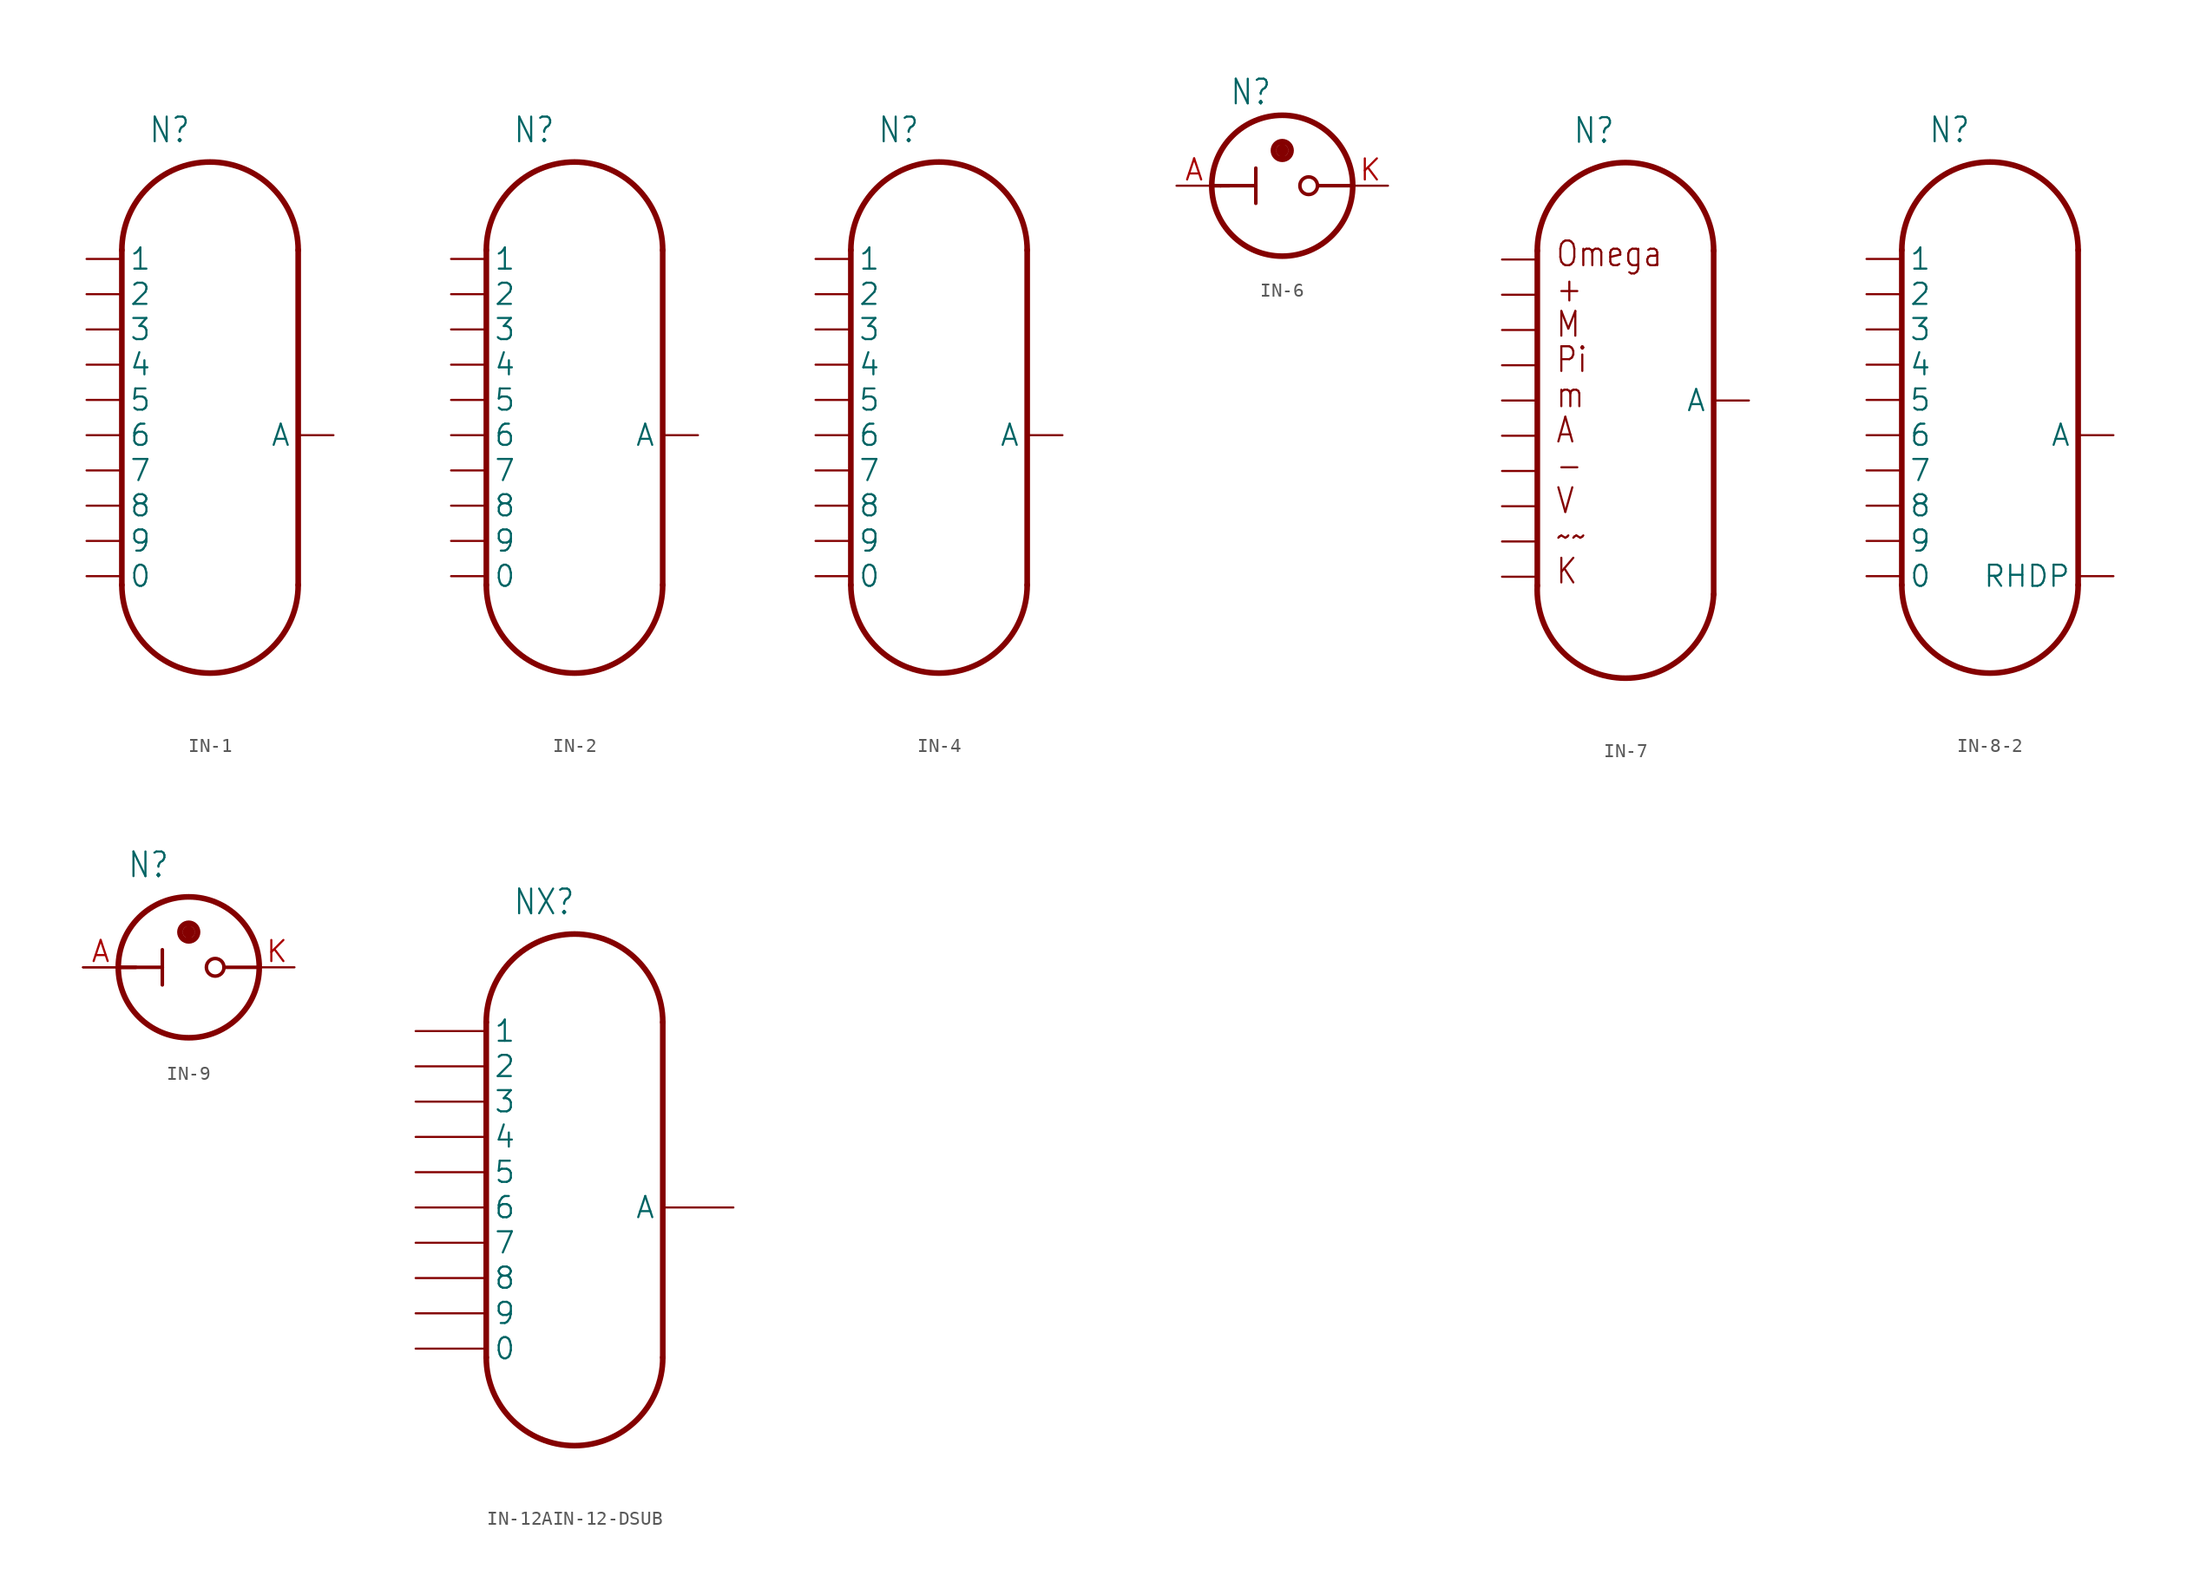
<source format=kicad_sym>
(kicad_symbol_lib
  (version 20241209)
  (generator "kicad_symbol_editor")
  (generator_version "9.0")
  (symbol "IN-1"
    (property "Reference" "N"
      (at -5.715 20.955 0)
      (effects (font (size 1.778 1.511)) (justify left bottom)))
    (property "ki_locked" ""
      (at 0 0 0)
      (effects (font (size 1.27 1.27))))
    (symbol "IN-1_1_0"
      (polyline (pts (xy -7.62 -10.795) (xy -7.62 13.335)) (stroke (width 0.406) (type solid)) (fill (type none)))
      (arc (start -7.62 13.335) (mid -1.27 19.685) (end 5.08 13.335) (stroke (width 0.4064) (type solid)) (fill (type none)))
      (arc (start 5.08 -10.795) (mid -1.27 -17.145) (end -7.62 -10.795) (stroke (width 0.4064) (type solid)) (fill (type none)))
      (polyline (pts (xy 5.08 -10.795) (xy 5.08 13.335)) (stroke (width 0.406) (type solid)) (fill (type none)))
      (pin bidirectional line (at -10.16 12.7 0) (length 2.54) (name "1" (effects (font (size 1.524 1.524)))) (number "1" (effects (font (size 0 0)))))
      (pin bidirectional line (at -10.16 10.16 0) (length 2.54) (name "2" (effects (font (size 1.524 1.524)))) (number "2" (effects (font (size 0 0)))))
      (pin bidirectional line (at -10.16 7.62 0) (length 2.54) (name "3" (effects (font (size 1.524 1.524)))) (number "3" (effects (font (size 0 0)))))
      (pin bidirectional line (at -10.16 5.08 0) (length 2.54) (name "4" (effects (font (size 1.524 1.524)))) (number "4" (effects (font (size 0 0)))))
      (pin bidirectional line (at -10.16 2.54 0) (length 2.54) (name "5" (effects (font (size 1.524 1.524)))) (number "5" (effects (font (size 0 0)))))
      (pin bidirectional line (at -10.16 0 0) (length 2.54) (name "6" (effects (font (size 1.524 1.524)))) (number "6" (effects (font (size 0 0)))))
      (pin bidirectional line (at -10.16 -2.54 0) (length 2.54) (name "7" (effects (font (size 1.524 1.524)))) (number "7" (effects (font (size 0 0)))))
      (pin bidirectional line (at -10.16 -5.08 0) (length 2.54) (name "8" (effects (font (size 1.524 1.524)))) (number "8" (effects (font (size 0 0)))))
      (pin bidirectional line (at -10.16 -7.62 0) (length 2.54) (name "9" (effects (font (size 1.524 1.524)))) (number "9" (effects (font (size 0 0)))))
      (pin bidirectional line (at -10.16 -10.16 0) (length 2.54) (name "0" (effects (font (size 1.524 1.524)))) (number "0" (effects (font (size 0 0)))))
      (pin bidirectional line (at 7.62 0 180) (length 2.54) (name "A" (effects (font (size 1.524 1.524)))) (number "A" (effects (font (size 0 0)))))))
  (symbol "IN-2"
    (property "Reference" "N"
      (at -5.715 20.955 0)
      (effects (font (size 1.778 1.511)) (justify left bottom)))
    (property "ki_locked" ""
      (at 0 0 0)
      (effects (font (size 1.27 1.27))))
    (symbol "IN-2_1_0"
      (polyline (pts (xy -7.62 -10.795) (xy -7.62 13.335)) (stroke (width 0.406) (type solid)) (fill (type none)))
      (arc (start -7.62 13.335) (mid -1.27 19.685) (end 5.08 13.335) (stroke (width 0.4064) (type solid)) (fill (type none)))
      (arc (start 5.08 -10.795) (mid -1.27 -17.145) (end -7.62 -10.795) (stroke (width 0.4064) (type solid)) (fill (type none)))
      (polyline (pts (xy 5.08 -10.795) (xy 5.08 13.335)) (stroke (width 0.406) (type solid)) (fill (type none)))
      (pin bidirectional line (at -10.16 12.7 0) (length 2.54) (name "1" (effects (font (size 1.524 1.524)))) (number "1" (effects (font (size 0 0)))))
      (pin bidirectional line (at -10.16 10.16 0) (length 2.54) (name "2" (effects (font (size 1.524 1.524)))) (number "2" (effects (font (size 0 0)))))
      (pin bidirectional line (at -10.16 7.62 0) (length 2.54) (name "3" (effects (font (size 1.524 1.524)))) (number "3" (effects (font (size 0 0)))))
      (pin bidirectional line (at -10.16 5.08 0) (length 2.54) (name "4" (effects (font (size 1.524 1.524)))) (number "4" (effects (font (size 0 0)))))
      (pin bidirectional line (at -10.16 2.54 0) (length 2.54) (name "5" (effects (font (size 1.524 1.524)))) (number "5" (effects (font (size 0 0)))))
      (pin bidirectional line (at -10.16 0 0) (length 2.54) (name "6" (effects (font (size 1.524 1.524)))) (number "6" (effects (font (size 0 0)))))
      (pin bidirectional line (at -10.16 -2.54 0) (length 2.54) (name "7" (effects (font (size 1.524 1.524)))) (number "7" (effects (font (size 0 0)))))
      (pin bidirectional line (at -10.16 -5.08 0) (length 2.54) (name "8" (effects (font (size 1.524 1.524)))) (number "8" (effects (font (size 0 0)))))
      (pin bidirectional line (at -10.16 -7.62 0) (length 2.54) (name "9" (effects (font (size 1.524 1.524)))) (number "9" (effects (font (size 0 0)))))
      (pin bidirectional line (at -10.16 -10.16 0) (length 2.54) (name "0" (effects (font (size 1.524 1.524)))) (number "0" (effects (font (size 0 0)))))
      (pin bidirectional line (at 7.62 0 180) (length 2.54) (name "A" (effects (font (size 1.524 1.524)))) (number "A" (effects (font (size 0 0)))))))
  (symbol "IN-4"
    (property "Reference" "N"
      (at -5.715 20.955 0)
      (effects (font (size 1.778 1.511)) (justify left bottom)))
    (property "ki_locked" ""
      (at 0 0 0)
      (effects (font (size 1.27 1.27))))
    (symbol "IN-4_1_0"
      (polyline (pts (xy -7.62 -10.795) (xy -7.62 13.335)) (stroke (width 0.406) (type solid)) (fill (type none)))
      (arc (start -7.62 13.335) (mid -1.27 19.685) (end 5.08 13.335) (stroke (width 0.4064) (type solid)) (fill (type none)))
      (arc (start 5.08 -10.795) (mid -1.27 -17.145) (end -7.62 -10.795) (stroke (width 0.4064) (type solid)) (fill (type none)))
      (polyline (pts (xy 5.08 -10.795) (xy 5.08 13.335)) (stroke (width 0.406) (type solid)) (fill (type none)))
      (pin bidirectional line (at -10.16 12.7 0) (length 2.54) (name "1" (effects (font (size 1.524 1.524)))) (number "1" (effects (font (size 0 0)))))
      (pin bidirectional line (at -10.16 10.16 0) (length 2.54) (name "2" (effects (font (size 1.524 1.524)))) (number "2" (effects (font (size 0 0)))))
      (pin bidirectional line (at -10.16 7.62 0) (length 2.54) (name "3" (effects (font (size 1.524 1.524)))) (number "3" (effects (font (size 0 0)))))
      (pin bidirectional line (at -10.16 5.08 0) (length 2.54) (name "4" (effects (font (size 1.524 1.524)))) (number "4" (effects (font (size 0 0)))))
      (pin bidirectional line (at -10.16 2.54 0) (length 2.54) (name "5" (effects (font (size 1.524 1.524)))) (number "5" (effects (font (size 0 0)))))
      (pin bidirectional line (at -10.16 0 0) (length 2.54) (name "6" (effects (font (size 1.524 1.524)))) (number "6" (effects (font (size 0 0)))))
      (pin bidirectional line (at -10.16 -2.54 0) (length 2.54) (name "7" (effects (font (size 1.524 1.524)))) (number "7" (effects (font (size 0 0)))))
      (pin bidirectional line (at -10.16 -5.08 0) (length 2.54) (name "8" (effects (font (size 1.524 1.524)))) (number "8" (effects (font (size 0 0)))))
      (pin bidirectional line (at -10.16 -7.62 0) (length 2.54) (name "9" (effects (font (size 1.524 1.524)))) (number "9" (effects (font (size 0 0)))))
      (pin bidirectional line (at -10.16 -10.16 0) (length 2.54) (name "0" (effects (font (size 1.524 1.524)))) (number "0" (effects (font (size 0 0)))))
      (pin bidirectional line (at 7.62 0 180) (length 2.54) (name "A" (effects (font (size 1.524 1.524)))) (number "A3" (effects (font (size 0 0)))))))
  (symbol "IN-6"
    (property "Reference" "N"
      (at -3.81 5.715 0)
      (effects (font (size 1.778 1.511)) (justify left bottom)))
    (property "ki_locked" ""
      (at 0 0 0)
      (effects (font (size 1.27 1.27))))
    (symbol "IN-6_1_0"
      (polyline (pts (xy -5.08 0) (xy -4.445 0)) (stroke (width 0.254) (type solid)) (fill (type none)))
      (polyline (pts (xy -4.445 0) (xy -5.08 0)) (stroke (width 0.254) (type solid)) (fill (type none)))
      (polyline (pts (xy -4.445 0) (xy -1.905 0)) (stroke (width 0.254) (type solid)) (fill (type none)))
      (polyline (pts (xy -3.81 0) (xy -4.445 0)) (stroke (width 0.254) (type solid)) (fill (type none)))
      (polyline (pts (xy -1.905 0) (xy -1.905 1.27)) (stroke (width 0.254) (type solid)) (fill (type none)))
      (polyline (pts (xy -1.905 0) (xy -1.905 -1.27)) (stroke (width 0.254) (type solid)) (fill (type none)))
      (polyline (pts (xy -0.318 2.54) (xy 0 2.54)) (stroke (width 0.254) (type solid)) (fill (type none)))
      (circle (center 0 2.54) (radius 0.318) (stroke (width 0.254) (type solid)) (fill (type none)))
      (circle (center 0 2.54) (radius 0.635) (stroke (width 0.406) (type solid)) (fill (type none)))
      (polyline (pts (xy 0 2.54) (xy 0 2.857)) (stroke (width 0.406) (type solid)) (fill (type none)))
      (polyline (pts (xy 0 2.54) (xy 0 2.223)) (stroke (width 0.406) (type solid)) (fill (type none)))
      (polyline (pts (xy 0 2.54) (xy 0.318 2.54)) (stroke (width 0.254) (type solid)) (fill (type none)))
      (circle (center 0 0) (radius 5.08) (stroke (width 0.406) (type solid)) (fill (type none)))
      (circle (center 1.905 0) (radius 0.635) (stroke (width 0.254) (type solid)) (fill (type none)))
      (polyline (pts (xy 5.08 0) (xy 2.54 0)) (stroke (width 0.254) (type solid)) (fill (type none)))
      (pin bidirectional line (at -7.62 0 0) (length 2.54) (name "A" (effects (font (size 0 0)))) (number "A" (effects (font (size 1.524 1.524)))))
      (pin bidirectional line (at 7.62 0 180) (length 2.54) (name "K" (effects (font (size 0 0)))) (number "K" (effects (font (size 1.524 1.524)))))))
  (symbol "IN-7"
    (property "Reference" "N"
      (at -2.54 20.955 0)
      (effects (font (size 1.778 1.511)) (justify left bottom)))
    (property "ki_locked" ""
      (at 0 0 0)
      (effects (font (size 1.27 1.27))))
    (symbol "IN-7_1_0"
      (polyline (pts (xy -5.08 -10.795) (xy -5.08 13.335)) (stroke (width 0.406) (type solid)) (fill (type none)))
      (arc (start -5.08 13.335) (mid 1.27 19.685) (end 7.62 13.335) (stroke (width 0.4064) (type solid)) (fill (type none)))
      (arc (start 7.62 -11.43) (mid 0.9525 -17.4625) (end -5.08 -10.795) (stroke (width 0.4064) (type solid)) (fill (type none)))
      (polyline (pts (xy 7.62 -11.43) (xy 7.62 13.335)) (stroke (width 0.406) (type solid)) (fill (type none)))
      (text "Omega" (at -3.81 12.065 0) (effects (font (size 1.778 1.511)) (justify left bottom)))
      (text "+" (at -3.81 9.525 0) (effects (font (size 1.778 1.511)) (justify left bottom)))
      (text "M" (at -3.81 6.985 0) (effects (font (size 1.778 1.511)) (justify left bottom)))
      (text "Pi" (at -3.81 4.445 0) (effects (font (size 1.778 1.511)) (justify left bottom)))
      (text "m" (at -3.81 1.905 0) (effects (font (size 1.778 1.511)) (justify left bottom)))
      (text "A" (at -3.81 -0.635 0) (effects (font (size 1.778 1.511)) (justify left bottom)))
      (text "-" (at -3.81 -3.175 0) (effects (font (size 1.778 1.511)) (justify left bottom)))
      (text "V" (at -3.81 -5.715 0) (effects (font (size 1.778 1.511)) (justify left bottom)))
      (text "~~" (at -3.81 -8.255 0) (effects (font (size 1.778 1.511)) (justify left bottom)))
      (text "K" (at -3.81 -10.795 0) (effects (font (size 1.778 1.511)) (justify left bottom)))
      (pin bidirectional line (at -7.62 12.7 0) (length 2.54) (name "P$1" (effects (font (size 0 0)))) (number "1" (effects (font (size 0 0)))))
      (pin bidirectional line (at -7.62 10.16 0) (length 2.54) (name "P$2" (effects (font (size 0 0)))) (number "A" (effects (font (size 0 0)))))
      (pin bidirectional line (at -7.62 7.62 0) (length 2.54) (name "P$3" (effects (font (size 0 0)))) (number "8" (effects (font (size 0 0)))))
      (pin bidirectional line (at -7.62 5.08 0) (length 2.54) (name "P$4" (effects (font (size 0 0)))) (number "N/C" (effects (font (size 0 0)))))
      (pin bidirectional line (at -7.62 2.54 0) (length 2.54) (name "P$5" (effects (font (size 0 0)))) (number "6" (effects (font (size 0 0)))))
      (pin bidirectional line (at -7.62 0 0) (length 2.54) (name "P$6" (effects (font (size 0 0)))) (number "7" (effects (font (size 0 0)))))
      (pin bidirectional line (at -7.62 -2.54 0) (length 2.54) (name "P$7" (effects (font (size 0 0)))) (number "9" (effects (font (size 0 0)))))
      (pin bidirectional line (at -7.62 -5.08 0) (length 2.54) (name "P$8" (effects (font (size 0 0)))) (number "3" (effects (font (size 0 0)))))
      (pin bidirectional line (at -7.62 -7.62 0) (length 2.54) (name "P$9" (effects (font (size 0 0)))) (number "A2" (effects (font (size 0 0)))))
      (pin bidirectional line (at -7.62 -10.16 0) (length 2.54) (name "P$10" (effects (font (size 0 0)))) (number "0" (effects (font (size 0 0)))))
      (pin bidirectional line (at 10.16 2.54 180) (length 2.54) (name "A" (effects (font (size 1.524 1.524)))) (number "4" (effects (font (size 0 0)))))))
  (symbol "IN-8-2"
    (property "Reference" "N"
      (at -3.175 20.955 0)
      (effects (font (size 1.778 1.511)) (justify left bottom)))
    (property "ki_locked" ""
      (at 0 0 0)
      (effects (font (size 1.27 1.27))))
    (symbol "IN-8-2_1_0"
      (polyline (pts (xy -5.08 -10.795) (xy -5.08 13.335)) (stroke (width 0.406) (type solid)) (fill (type none)))
      (arc (start -5.08 13.335) (mid 1.27 19.685) (end 7.62 13.335) (stroke (width 0.4064) (type solid)) (fill (type none)))
      (arc (start 7.62 -10.795) (mid 1.27 -17.145) (end -5.08 -10.795) (stroke (width 0.4064) (type solid)) (fill (type none)))
      (polyline (pts (xy 7.62 -10.795) (xy 7.62 13.335)) (stroke (width 0.406) (type solid)) (fill (type none)))
      (pin bidirectional line (at -7.62 12.7 0) (length 2.54) (name "1" (effects (font (size 1.524 1.524)))) (number "1" (effects (font (size 0 0)))))
      (pin bidirectional line (at -7.62 10.16 0) (length 2.54) (name "2" (effects (font (size 1.524 1.524)))) (number "2" (effects (font (size 0 0)))))
      (pin bidirectional line (at -7.62 7.62 0) (length 2.54) (name "3" (effects (font (size 1.524 1.524)))) (number "3" (effects (font (size 0 0)))))
      (pin bidirectional line (at -7.62 5.08 0) (length 2.54) (name "4" (effects (font (size 1.524 1.524)))) (number "4" (effects (font (size 0 0)))))
      (pin bidirectional line (at -7.62 2.54 0) (length 2.54) (name "5" (effects (font (size 1.524 1.524)))) (number "5" (effects (font (size 0 0)))))
      (pin bidirectional line (at -7.62 0 0) (length 2.54) (name "6" (effects (font (size 1.524 1.524)))) (number "6" (effects (font (size 0 0)))))
      (pin bidirectional line (at -7.62 -2.54 0) (length 2.54) (name "7" (effects (font (size 1.524 1.524)))) (number "7" (effects (font (size 0 0)))))
      (pin bidirectional line (at -7.62 -5.08 0) (length 2.54) (name "8" (effects (font (size 1.524 1.524)))) (number "8" (effects (font (size 0 0)))))
      (pin bidirectional line (at -7.62 -7.62 0) (length 2.54) (name "9" (effects (font (size 1.524 1.524)))) (number "9" (effects (font (size 0 0)))))
      (pin bidirectional line (at -7.62 -10.16 0) (length 2.54) (name "0" (effects (font (size 1.524 1.524)))) (number "0" (effects (font (size 0 0)))))
      (pin bidirectional line (at 10.16 0 180) (length 2.54) (name "A" (effects (font (size 1.524 1.524)))) (number "A" (effects (font (size 0 0)))))
      (pin bidirectional line (at 10.16 -10.16 180) (length 2.54) (name "RHDP" (effects (font (size 1.524 1.524)))) (number "." (effects (font (size 0 0)))))))
  (symbol "IN-9"
    (property "Reference" "N"
      (at -4.445 6.35 0)
      (effects (font (size 1.778 1.511)) (justify left bottom)))
    (property "ki_locked" ""
      (at 0 0 0)
      (effects (font (size 1.27 1.27))))
    (symbol "IN-9_1_0"
      (polyline (pts (xy -7.62 0) (xy -5.08 0)) (stroke (width 0.152) (type solid)) (fill (type none)))
      (polyline (pts (xy -5.08 0) (xy -1.905 0)) (stroke (width 0.254) (type solid)) (fill (type none)))
      (polyline (pts (xy -3.81 0) (xy -5.08 0)) (stroke (width 0.254) (type solid)) (fill (type none)))
      (polyline (pts (xy -1.905 0) (xy -1.905 1.27)) (stroke (width 0.254) (type solid)) (fill (type none)))
      (polyline (pts (xy -1.905 0) (xy -1.905 -1.27)) (stroke (width 0.254) (type solid)) (fill (type none)))
      (polyline (pts (xy -0.318 2.54) (xy 0 2.54)) (stroke (width 0.254) (type solid)) (fill (type none)))
      (circle (center 0 2.54) (radius 0.318) (stroke (width 0.254) (type solid)) (fill (type none)))
      (circle (center 0 2.54) (radius 0.635) (stroke (width 0.406) (type solid)) (fill (type none)))
      (polyline (pts (xy 0 2.54) (xy 0 2.857)) (stroke (width 0.406) (type solid)) (fill (type none)))
      (polyline (pts (xy 0 2.54) (xy 0 2.223)) (stroke (width 0.406) (type solid)) (fill (type none)))
      (polyline (pts (xy 0 2.54) (xy 0.318 2.54)) (stroke (width 0.254) (type solid)) (fill (type none)))
      (circle (center 0 0) (radius 5.08) (stroke (width 0.406) (type solid)) (fill (type none)))
      (circle (center 1.905 0) (radius 0.635) (stroke (width 0.254) (type solid)) (fill (type none)))
      (polyline (pts (xy 5.08 0) (xy 2.54 0)) (stroke (width 0.254) (type solid)) (fill (type none)))
      (pin bidirectional line (at -7.62 0 0) (length 2.54) (name "A" (effects (font (size 0 0)))) (number "A" (effects (font (size 1.524 1.524)))))
      (pin bidirectional line (at 7.62 0 180) (length 2.54) (name "K" (effects (font (size 0 0)))) (number "K" (effects (font (size 1.524 1.524)))))))
  (symbol "IN-12AIN-12-DSUB"
    (property "Reference" "NX"
      (at -5.715 20.955 0)
      (effects (font (size 1.778 1.511)) (justify left bottom)))
    (property "ki_locked" ""
      (at 0 0 0)
      (effects (font (size 1.27 1.27))))
    (symbol "IN-12AIN-12-DSUB_1_0"
      (polyline (pts (xy -7.62 -10.795) (xy -7.62 13.335)) (stroke (width 0.406) (type solid)) (fill (type none)))
      (arc (start -7.62 13.335) (mid -1.27 19.685) (end 5.08 13.335) (stroke (width 0.4064) (type solid)) (fill (type none)))
      (arc (start 5.08 -10.795) (mid -1.27 -17.145) (end -7.62 -10.795) (stroke (width 0.4064) (type solid)) (fill (type none)))
      (polyline (pts (xy 5.08 -10.795) (xy 5.08 13.335)) (stroke (width 0.406) (type solid)) (fill (type none)))
      (pin bidirectional line (at -12.7 12.7 0) (length 5.08) (name "1" (effects (font (size 1.524 1.524)))) (number "1" (effects (font (size 0 0)))))
      (pin bidirectional line (at -12.7 10.16 0) (length 5.08) (name "2" (effects (font (size 1.524 1.524)))) (number "2" (effects (font (size 0 0)))))
      (pin bidirectional line (at -12.7 7.62 0) (length 5.08) (name "3" (effects (font (size 1.524 1.524)))) (number "3" (effects (font (size 0 0)))))
      (pin bidirectional line (at -12.7 5.08 0) (length 5.08) (name "4" (effects (font (size 1.524 1.524)))) (number "4" (effects (font (size 0 0)))))
      (pin bidirectional line (at -12.7 2.54 0) (length 5.08) (name "5" (effects (font (size 1.524 1.524)))) (number "5" (effects (font (size 0 0)))))
      (pin bidirectional line (at -12.7 0 0) (length 5.08) (name "6" (effects (font (size 1.524 1.524)))) (number "6" (effects (font (size 0 0)))))
      (pin bidirectional line (at -12.7 -2.54 0) (length 5.08) (name "7" (effects (font (size 1.524 1.524)))) (number "7" (effects (font (size 0 0)))))
      (pin bidirectional line (at -12.7 -5.08 0) (length 5.08) (name "8" (effects (font (size 1.524 1.524)))) (number "8" (effects (font (size 0 0)))))
      (pin bidirectional line (at -12.7 -7.62 0) (length 5.08) (name "9" (effects (font (size 1.524 1.524)))) (number "9" (effects (font (size 0 0)))))
      (pin bidirectional line (at -12.7 -10.16 0) (length 5.08) (name "0" (effects (font (size 1.524 1.524)))) (number "0" (effects (font (size 0 0)))))
      (pin bidirectional line (at 10.16 0 180) (length 5.08) (name "A" (effects (font (size 1.524 1.524)))) (number "A" (effects (font (size 0 0))))))))
</source>
